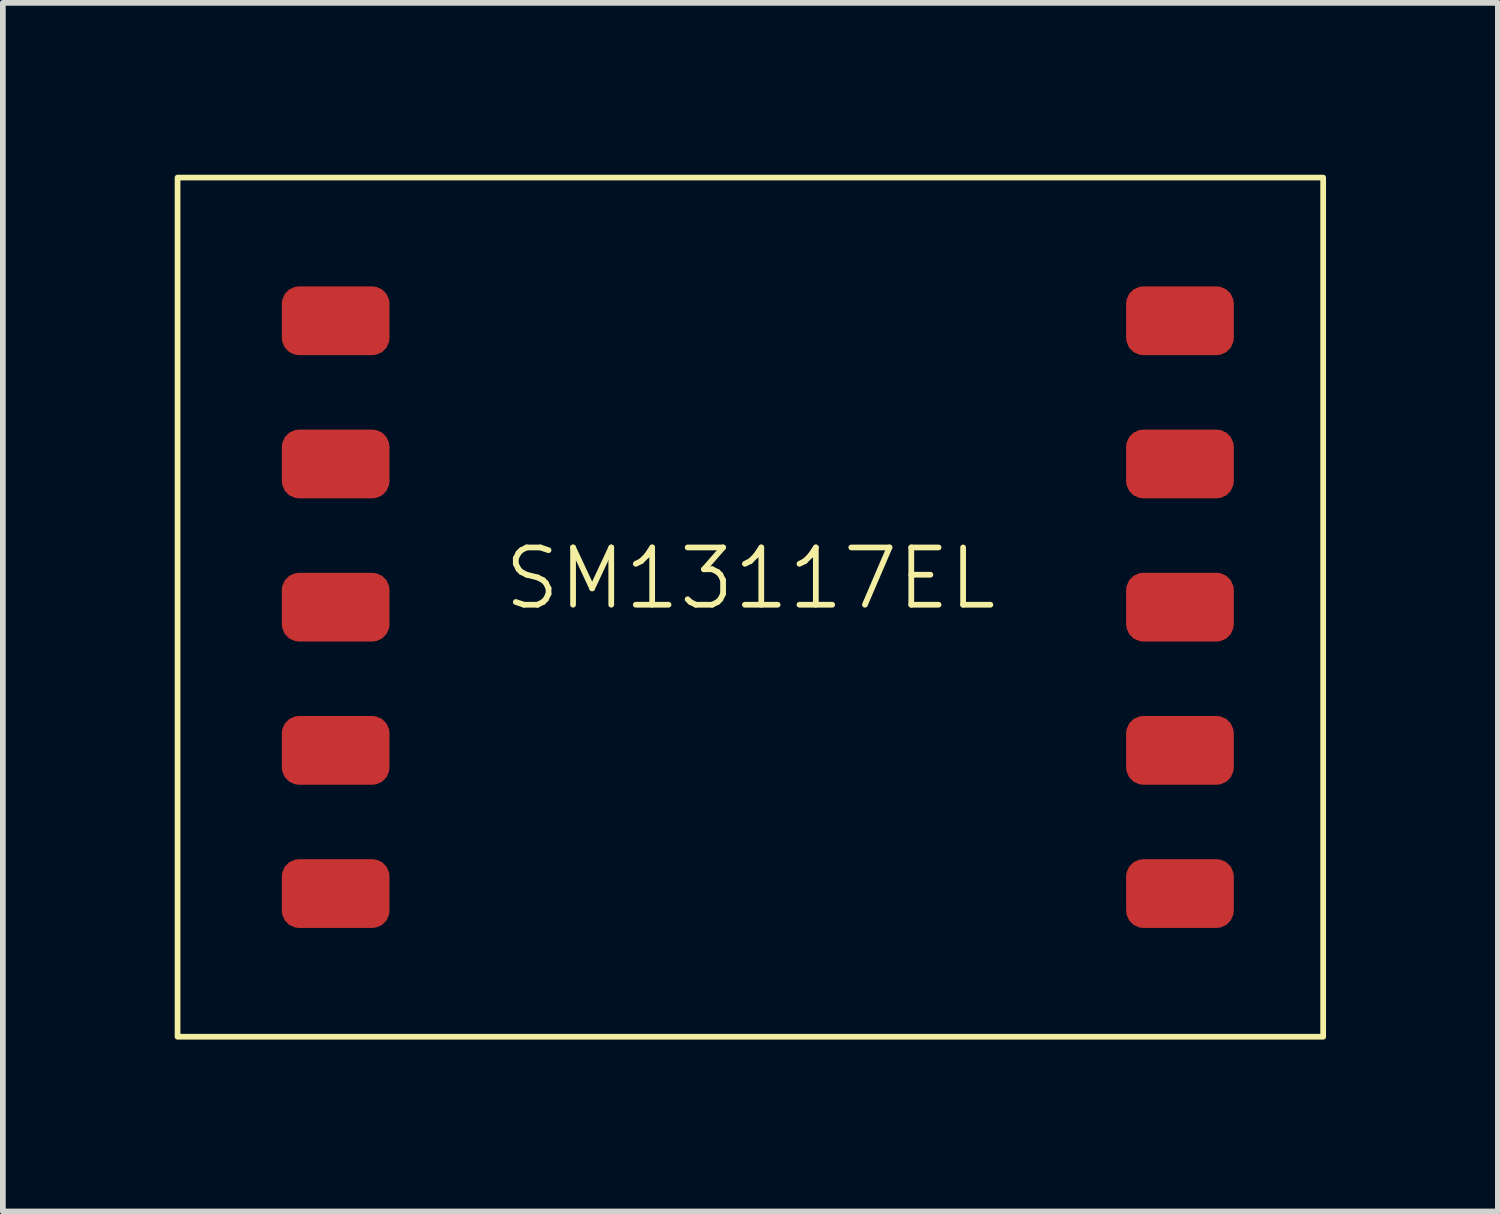
<source format=kicad_pcb>
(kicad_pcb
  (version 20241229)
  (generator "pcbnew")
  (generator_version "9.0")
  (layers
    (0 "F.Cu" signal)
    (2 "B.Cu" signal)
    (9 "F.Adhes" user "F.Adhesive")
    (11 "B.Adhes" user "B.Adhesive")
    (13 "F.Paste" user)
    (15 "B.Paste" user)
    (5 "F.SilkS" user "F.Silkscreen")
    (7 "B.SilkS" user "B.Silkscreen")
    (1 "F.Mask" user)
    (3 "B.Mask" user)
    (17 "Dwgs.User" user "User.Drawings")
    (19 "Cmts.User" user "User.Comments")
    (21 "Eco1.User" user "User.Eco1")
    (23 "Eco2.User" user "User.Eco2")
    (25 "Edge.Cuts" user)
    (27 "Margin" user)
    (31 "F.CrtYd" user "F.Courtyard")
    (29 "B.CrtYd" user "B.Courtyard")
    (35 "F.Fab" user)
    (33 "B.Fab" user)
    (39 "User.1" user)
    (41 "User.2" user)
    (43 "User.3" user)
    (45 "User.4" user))
  (footprint "SM13117EL"
    (layer "F.Cu")
    (at 10.05 7.55)
    (property "Reference" "SM13117EL" (at 0 -0.5 0) (unlocked yes) (layer "F.SilkS") (effects (font (size 1 1) (thickness 0.1))))
    (attr smd)
    (fp_rect (start -10 -7.5) (end 10 7.5) (stroke (width 0.1) (type default)) (fill no) (layer "F.SilkS"))
    (pad "1" smd roundrect (at -7.24 -5 180) (size 1.88 1.2) (layers "F.Cu" "F.Mask" "F.Paste") (roundrect_rratio 0.25))
    (pad "2" smd roundrect (at -7.24 -2.5 180) (size 1.88 1.2) (layers "F.Cu" "F.Mask" "F.Paste") (roundrect_rratio 0.25))
    (pad "3" smd roundrect (at -7.24 0 180) (size 1.88 1.2) (layers "F.Cu" "F.Mask" "F.Paste") (roundrect_rratio 0.25))
    (pad "4" smd roundrect (at -7.24 2.5 180) (size 1.88 1.2) (layers "F.Cu" "F.Mask" "F.Paste") (roundrect_rratio 0.25))
    (pad "5" smd roundrect (at -7.24 5 180) (size 1.88 1.2) (layers "F.Cu" "F.Mask" "F.Paste") (roundrect_rratio 0.25))
    (pad "6" smd roundrect (at 7.5 5 180) (size 1.88 1.2) (layers "F.Cu" "F.Mask" "F.Paste") (roundrect_rratio 0.25))
    (pad "7" smd roundrect (at 7.5 2.5 180) (size 1.88 1.2) (layers "F.Cu" "F.Mask" "F.Paste") (roundrect_rratio 0.25))
    (pad "8" smd roundrect (at 7.5 0 180) (size 1.88 1.2) (layers "F.Cu" "F.Mask" "F.Paste") (roundrect_rratio 0.25))
    (pad "9" smd roundrect (at 7.5 -2.5 180) (size 1.88 1.2) (layers "F.Cu" "F.Mask" "F.Paste") (roundrect_rratio 0.25))
    (pad "10" smd roundrect (at 7.5 -5 180) (size 1.88 1.2) (layers "F.Cu" "F.Mask" "F.Paste") (roundrect_rratio 0.25)))
  (gr_rect
    (start -3 -3)
    (end 23.1 18.1)
    (stroke (width 0.1) (type default))
    (fill no)
    (layer "Edge.Cuts")))
</source>
